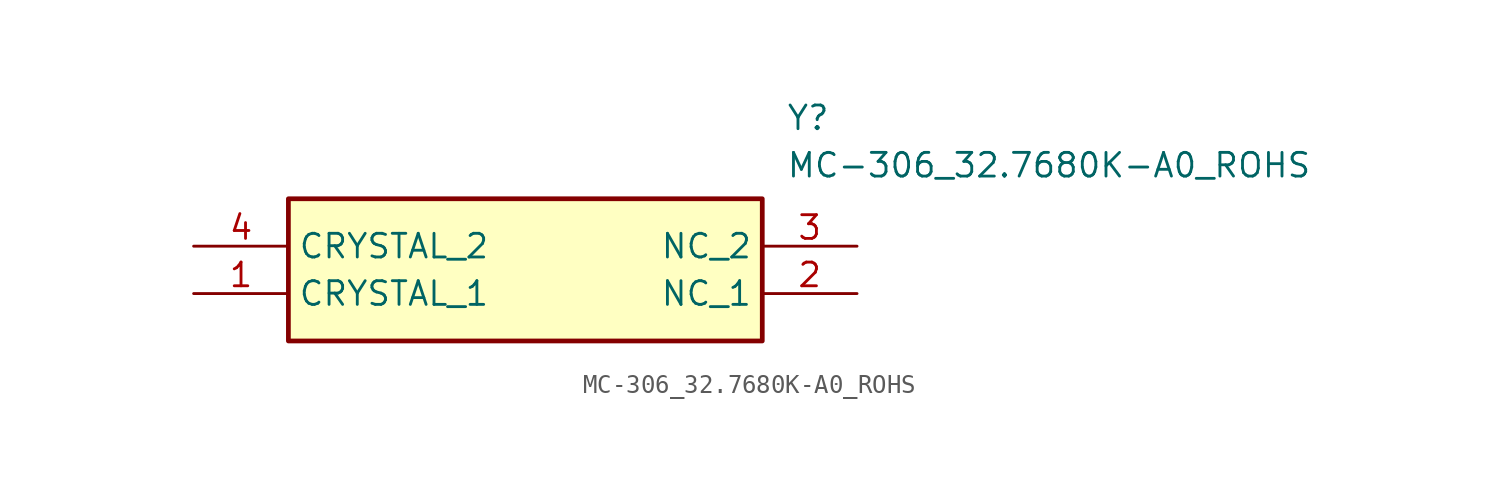
<source format=kicad_sym>
(kicad_symbol_lib
  (version 20211014)
  (generator SamacSys_ECAD_Model)
  (symbol "MC-306_32.7680K-A0_ROHS"
    (property "Reference" "Y"
      (at 31.75 7.62 0)
      (effects (font (size 1.27 1.27)) (justify left top)))
    (property "Value" "MC-306_32.7680K-A0_ROHS"
      (at 31.75 5.08 0)
      (effects (font (size 1.27 1.27)) (justify left top)))
    (rectangle
      (start 5.08 2.54)
      (end 30.48 -5.08)
      (stroke (width 0.254) (type default))
      (fill (type background)))
    (pin passive line
      (at 0 -2.54 0)
      (length 5.08)
      (name "CRYSTAL_1" (effects (font (size 1.27 1.27))))
      (number "1" (effects (font (size 1.27 1.27)))))
    (pin passive line
      (at 35.56 -2.54 180)
      (length 5.08)
      (name "NC_1" (effects (font (size 1.27 1.27))))
      (number "2" (effects (font (size 1.27 1.27)))))
    (pin passive line
      (at 35.56 0 180)
      (length 5.08)
      (name "NC_2" (effects (font (size 1.27 1.27))))
      (number "3" (effects (font (size 1.27 1.27)))))
    (pin passive line
      (at 0 0 0)
      (length 5.08)
      (name "CRYSTAL_2" (effects (font (size 1.27 1.27))))
      (number "4" (effects (font (size 1.27 1.27)))))))
</source>
